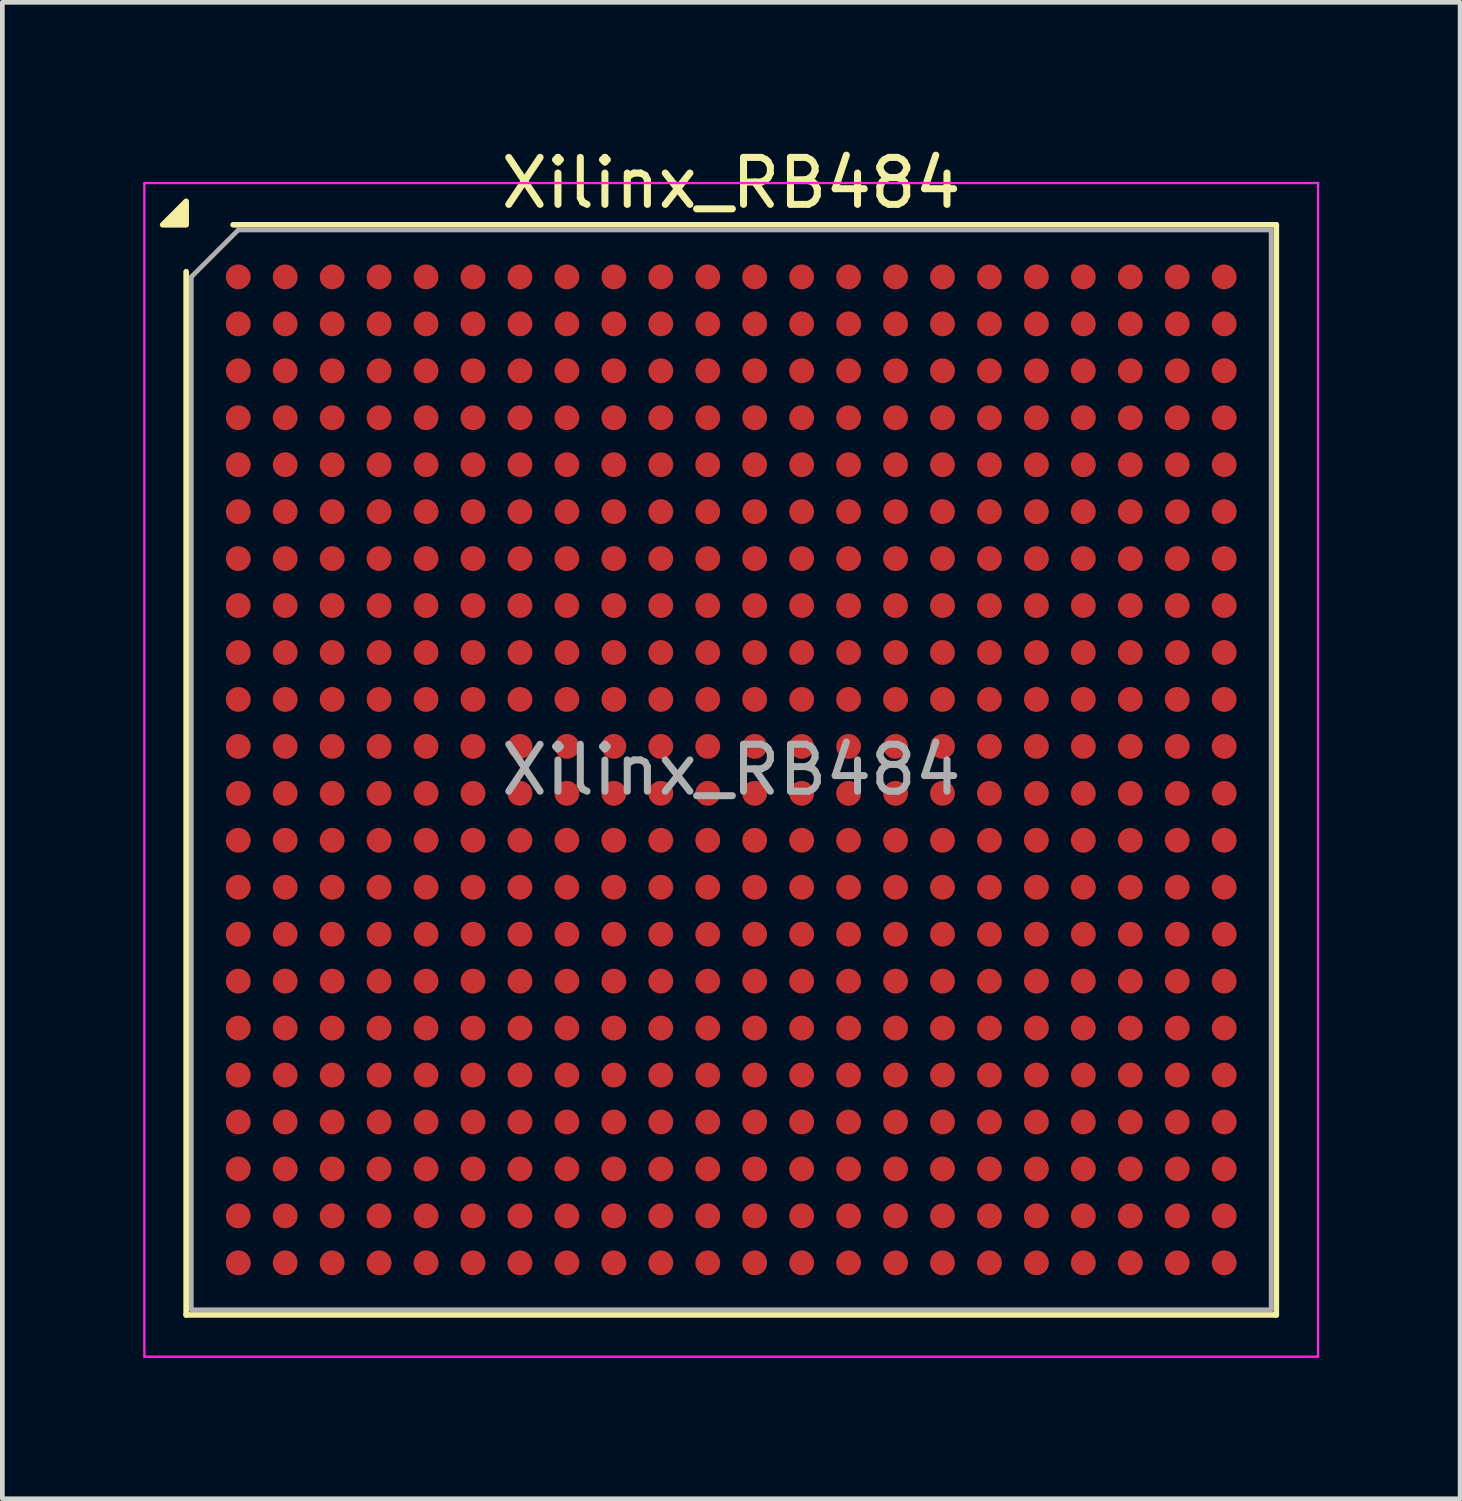
<source format=kicad_pcb>
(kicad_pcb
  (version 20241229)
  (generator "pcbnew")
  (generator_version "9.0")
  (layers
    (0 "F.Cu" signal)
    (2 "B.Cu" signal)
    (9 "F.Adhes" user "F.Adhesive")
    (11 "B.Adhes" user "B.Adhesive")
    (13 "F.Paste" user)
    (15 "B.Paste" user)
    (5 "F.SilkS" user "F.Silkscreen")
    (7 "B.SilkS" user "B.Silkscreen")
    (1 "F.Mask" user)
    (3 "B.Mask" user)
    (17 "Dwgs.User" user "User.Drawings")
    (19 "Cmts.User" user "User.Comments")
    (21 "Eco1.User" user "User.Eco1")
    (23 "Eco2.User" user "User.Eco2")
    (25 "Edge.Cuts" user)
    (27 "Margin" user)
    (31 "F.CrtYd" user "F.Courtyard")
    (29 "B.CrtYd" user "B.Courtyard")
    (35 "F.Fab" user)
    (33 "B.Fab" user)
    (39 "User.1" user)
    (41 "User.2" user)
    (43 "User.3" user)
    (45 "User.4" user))
  (footprint "Xilinx_RB484"
    (layer "F.Cu")
    (at 12.525 13.348)
    (property "Reference" "Xilinx_RB484" (at 0 -12.5 0) (layer "F.SilkS") (effects (font (size 1 1) (thickness 0.15))))
    (attr smd)
    (fp_line (start -11.61 11.61) (end -11.61 -10.61) (stroke (width 0.12) (type solid)) (layer "F.SilkS"))
    (fp_line (start -10.61 -11.61) (end 11.61 -11.61) (stroke (width 0.12) (type solid)) (layer "F.SilkS"))
    (fp_line (start 11.61 -11.61) (end 11.61 11.61) (stroke (width 0.12) (type solid)) (layer "F.SilkS"))
    (fp_line (start 11.61 11.61) (end -11.61 11.61) (stroke (width 0.12) (type solid)) (layer "F.SilkS"))
    (fp_poly (pts (xy -11.61 -11.61) (xy -12.11 -11.61) (xy -11.61 -12.11)) (stroke (width 0.12) (type solid)) (fill yes) (layer "F.SilkS"))
    (fp_line (start -12.5 -12.5) (end -12.5 12.5) (stroke (width 0.05) (type solid)) (layer "F.CrtYd"))
    (fp_line (start -12.5 12.5) (end 12.5 12.5) (stroke (width 0.05) (type solid)) (layer "F.CrtYd"))
    (fp_line (start 12.5 -12.5) (end -12.5 -12.5) (stroke (width 0.05) (type solid)) (layer "F.CrtYd"))
    (fp_line (start 12.5 12.5) (end 12.5 -12.5) (stroke (width 0.05) (type solid)) (layer "F.CrtYd"))
    (fp_line (start -11.5 -10.5) (end -10.5 -11.5) (stroke (width 0.1) (type solid)) (layer "F.Fab"))
    (fp_line (start -11.5 11.5) (end -11.5 -10.5) (stroke (width 0.1) (type solid)) (layer "F.Fab"))
    (fp_line (start -10.5 -11.5) (end 11.5 -11.5) (stroke (width 0.1) (type solid)) (layer "F.Fab"))
    (fp_line (start 11.5 -11.5) (end 11.5 11.5) (stroke (width 0.1) (type solid)) (layer "F.Fab"))
    (fp_line (start 11.5 11.5) (end -11.5 11.5) (stroke (width 0.1) (type solid)) (layer "F.Fab"))
    (fp_text user "${REFERENCE}" (at 0 0 0) (layer "F.Fab") (effects (font (size 1 1) (thickness 0.15))))
    (pad "A1" smd circle (at -10.5 -10.5) (size 0.53 0.53) (property pad_prop_bga) (layers "F.Cu" "F.Mask" "F.Paste"))
    (pad "A2" smd circle (at -9.5 -10.5) (size 0.53 0.53) (property pad_prop_bga) (layers "F.Cu" "F.Mask" "F.Paste"))
    (pad "A3" smd circle (at -8.5 -10.5) (size 0.53 0.53) (property pad_prop_bga) (layers "F.Cu" "F.Mask" "F.Paste"))
    (pad "A4" smd circle (at -7.5 -10.5) (size 0.53 0.53) (property pad_prop_bga) (layers "F.Cu" "F.Mask" "F.Paste"))
    (pad "A5" smd circle (at -6.5 -10.5) (size 0.53 0.53) (property pad_prop_bga) (layers "F.Cu" "F.Mask" "F.Paste"))
    (pad "A6" smd circle (at -5.5 -10.5) (size 0.53 0.53) (property pad_prop_bga) (layers "F.Cu" "F.Mask" "F.Paste"))
    (pad "A7" smd circle (at -4.5 -10.5) (size 0.53 0.53) (property pad_prop_bga) (layers "F.Cu" "F.Mask" "F.Paste"))
    (pad "A8" smd circle (at -3.5 -10.5) (size 0.53 0.53) (property pad_prop_bga) (layers "F.Cu" "F.Mask" "F.Paste"))
    (pad "A9" smd circle (at -2.5 -10.5) (size 0.53 0.53) (property pad_prop_bga) (layers "F.Cu" "F.Mask" "F.Paste"))
    (pad "A10" smd circle (at -1.5 -10.5) (size 0.53 0.53) (property pad_prop_bga) (layers "F.Cu" "F.Mask" "F.Paste"))
    (pad "A11" smd circle (at -0.5 -10.5) (size 0.53 0.53) (property pad_prop_bga) (layers "F.Cu" "F.Mask" "F.Paste"))
    (pad "A12" smd circle (at 0.5 -10.5) (size 0.53 0.53) (property pad_prop_bga) (layers "F.Cu" "F.Mask" "F.Paste"))
    (pad "A13" smd circle (at 1.5 -10.5) (size 0.53 0.53) (property pad_prop_bga) (layers "F.Cu" "F.Mask" "F.Paste"))
    (pad "A14" smd circle (at 2.5 -10.5) (size 0.53 0.53) (property pad_prop_bga) (layers "F.Cu" "F.Mask" "F.Paste"))
    (pad "A15" smd circle (at 3.5 -10.5) (size 0.53 0.53) (property pad_prop_bga) (layers "F.Cu" "F.Mask" "F.Paste"))
    (pad "A16" smd circle (at 4.5 -10.5) (size 0.53 0.53) (property pad_prop_bga) (layers "F.Cu" "F.Mask" "F.Paste"))
    (pad "A17" smd circle (at 5.5 -10.5) (size 0.53 0.53) (property pad_prop_bga) (layers "F.Cu" "F.Mask" "F.Paste"))
    (pad "A18" smd circle (at 6.5 -10.5) (size 0.53 0.53) (property pad_prop_bga) (layers "F.Cu" "F.Mask" "F.Paste"))
    (pad "A19" smd circle (at 7.5 -10.5) (size 0.53 0.53) (property pad_prop_bga) (layers "F.Cu" "F.Mask" "F.Paste"))
    (pad "A20" smd circle (at 8.5 -10.5) (size 0.53 0.53) (property pad_prop_bga) (layers "F.Cu" "F.Mask" "F.Paste"))
    (pad "A21" smd circle (at 9.5 -10.5) (size 0.53 0.53) (property pad_prop_bga) (layers "F.Cu" "F.Mask" "F.Paste"))
    (pad "A22" smd circle (at 10.5 -10.5) (size 0.53 0.53) (property pad_prop_bga) (layers "F.Cu" "F.Mask" "F.Paste"))
    (pad "AA1" smd circle (at -10.5 9.5) (size 0.53 0.53) (property pad_prop_bga) (layers "F.Cu" "F.Mask" "F.Paste"))
    (pad "AA2" smd circle (at -9.5 9.5) (size 0.53 0.53) (property pad_prop_bga) (layers "F.Cu" "F.Mask" "F.Paste"))
    (pad "AA3" smd circle (at -8.5 9.5) (size 0.53 0.53) (property pad_prop_bga) (layers "F.Cu" "F.Mask" "F.Paste"))
    (pad "AA4" smd circle (at -7.5 9.5) (size 0.53 0.53) (property pad_prop_bga) (layers "F.Cu" "F.Mask" "F.Paste"))
    (pad "AA5" smd circle (at -6.5 9.5) (size 0.53 0.53) (property pad_prop_bga) (layers "F.Cu" "F.Mask" "F.Paste"))
    (pad "AA6" smd circle (at -5.5 9.5) (size 0.53 0.53) (property pad_prop_bga) (layers "F.Cu" "F.Mask" "F.Paste"))
    (pad "AA7" smd circle (at -4.5 9.5) (size 0.53 0.53) (property pad_prop_bga) (layers "F.Cu" "F.Mask" "F.Paste"))
    (pad "AA8" smd circle (at -3.5 9.5) (size 0.53 0.53) (property pad_prop_bga) (layers "F.Cu" "F.Mask" "F.Paste"))
    (pad "AA9" smd circle (at -2.5 9.5) (size 0.53 0.53) (property pad_prop_bga) (layers "F.Cu" "F.Mask" "F.Paste"))
    (pad "AA10" smd circle (at -1.5 9.5) (size 0.53 0.53) (property pad_prop_bga) (layers "F.Cu" "F.Mask" "F.Paste"))
    (pad "AA11" smd circle (at -0.5 9.5) (size 0.53 0.53) (property pad_prop_bga) (layers "F.Cu" "F.Mask" "F.Paste"))
    (pad "AA12" smd circle (at 0.5 9.5) (size 0.53 0.53) (property pad_prop_bga) (layers "F.Cu" "F.Mask" "F.Paste"))
    (pad "AA13" smd circle (at 1.5 9.5) (size 0.53 0.53) (property pad_prop_bga) (layers "F.Cu" "F.Mask" "F.Paste"))
    (pad "AA14" smd circle (at 2.5 9.5) (size 0.53 0.53) (property pad_prop_bga) (layers "F.Cu" "F.Mask" "F.Paste"))
    (pad "AA15" smd circle (at 3.5 9.5) (size 0.53 0.53) (property pad_prop_bga) (layers "F.Cu" "F.Mask" "F.Paste"))
    (pad "AA16" smd circle (at 4.5 9.5) (size 0.53 0.53) (property pad_prop_bga) (layers "F.Cu" "F.Mask" "F.Paste"))
    (pad "AA17" smd circle (at 5.5 9.5) (size 0.53 0.53) (property pad_prop_bga) (layers "F.Cu" "F.Mask" "F.Paste"))
    (pad "AA18" smd circle (at 6.5 9.5) (size 0.53 0.53) (property pad_prop_bga) (layers "F.Cu" "F.Mask" "F.Paste"))
    (pad "AA19" smd circle (at 7.5 9.5) (size 0.53 0.53) (property pad_prop_bga) (layers "F.Cu" "F.Mask" "F.Paste"))
    (pad "AA20" smd circle (at 8.5 9.5) (size 0.53 0.53) (property pad_prop_bga) (layers "F.Cu" "F.Mask" "F.Paste"))
    (pad "AA21" smd circle (at 9.5 9.5) (size 0.53 0.53) (property pad_prop_bga) (layers "F.Cu" "F.Mask" "F.Paste"))
    (pad "AA22" smd circle (at 10.5 9.5) (size 0.53 0.53) (property pad_prop_bga) (layers "F.Cu" "F.Mask" "F.Paste"))
    (pad "AB1" smd circle (at -10.5 10.5) (size 0.53 0.53) (property pad_prop_bga) (layers "F.Cu" "F.Mask" "F.Paste"))
    (pad "AB2" smd circle (at -9.5 10.5) (size 0.53 0.53) (property pad_prop_bga) (layers "F.Cu" "F.Mask" "F.Paste"))
    (pad "AB3" smd circle (at -8.5 10.5) (size 0.53 0.53) (property pad_prop_bga) (layers "F.Cu" "F.Mask" "F.Paste"))
    (pad "AB4" smd circle (at -7.5 10.5) (size 0.53 0.53) (property pad_prop_bga) (layers "F.Cu" "F.Mask" "F.Paste"))
    (pad "AB5" smd circle (at -6.5 10.5) (size 0.53 0.53) (property pad_prop_bga) (layers "F.Cu" "F.Mask" "F.Paste"))
    (pad "AB6" smd circle (at -5.5 10.5) (size 0.53 0.53) (property pad_prop_bga) (layers "F.Cu" "F.Mask" "F.Paste"))
    (pad "AB7" smd circle (at -4.5 10.5) (size 0.53 0.53) (property pad_prop_bga) (layers "F.Cu" "F.Mask" "F.Paste"))
    (pad "AB8" smd circle (at -3.5 10.5) (size 0.53 0.53) (property pad_prop_bga) (layers "F.Cu" "F.Mask" "F.Paste"))
    (pad "AB9" smd circle (at -2.5 10.5) (size 0.53 0.53) (property pad_prop_bga) (layers "F.Cu" "F.Mask" "F.Paste"))
    (pad "AB10" smd circle (at -1.5 10.5) (size 0.53 0.53) (property pad_prop_bga) (layers "F.Cu" "F.Mask" "F.Paste"))
    (pad "AB11" smd circle (at -0.5 10.5) (size 0.53 0.53) (property pad_prop_bga) (layers "F.Cu" "F.Mask" "F.Paste"))
    (pad "AB12" smd circle (at 0.5 10.5) (size 0.53 0.53) (property pad_prop_bga) (layers "F.Cu" "F.Mask" "F.Paste"))
    (pad "AB13" smd circle (at 1.5 10.5) (size 0.53 0.53) (property pad_prop_bga) (layers "F.Cu" "F.Mask" "F.Paste"))
    (pad "AB14" smd circle (at 2.5 10.5) (size 0.53 0.53) (property pad_prop_bga) (layers "F.Cu" "F.Mask" "F.Paste"))
    (pad "AB15" smd circle (at 3.5 10.5) (size 0.53 0.53) (property pad_prop_bga) (layers "F.Cu" "F.Mask" "F.Paste"))
    (pad "AB16" smd circle (at 4.5 10.5) (size 0.53 0.53) (property pad_prop_bga) (layers "F.Cu" "F.Mask" "F.Paste"))
    (pad "AB17" smd circle (at 5.5 10.5) (size 0.53 0.53) (property pad_prop_bga) (layers "F.Cu" "F.Mask" "F.Paste"))
    (pad "AB18" smd circle (at 6.5 10.5) (size 0.53 0.53) (property pad_prop_bga) (layers "F.Cu" "F.Mask" "F.Paste"))
    (pad "AB19" smd circle (at 7.5 10.5) (size 0.53 0.53) (property pad_prop_bga) (layers "F.Cu" "F.Mask" "F.Paste"))
    (pad "AB20" smd circle (at 8.5 10.5) (size 0.53 0.53) (property pad_prop_bga) (layers "F.Cu" "F.Mask" "F.Paste"))
    (pad "AB21" smd circle (at 9.5 10.5) (size 0.53 0.53) (property pad_prop_bga) (layers "F.Cu" "F.Mask" "F.Paste"))
    (pad "AB22" smd circle (at 10.5 10.5) (size 0.53 0.53) (property pad_prop_bga) (layers "F.Cu" "F.Mask" "F.Paste"))
    (pad "B1" smd circle (at -10.5 -9.5) (size 0.53 0.53) (property pad_prop_bga) (layers "F.Cu" "F.Mask" "F.Paste"))
    (pad "B2" smd circle (at -9.5 -9.5) (size 0.53 0.53) (property pad_prop_bga) (layers "F.Cu" "F.Mask" "F.Paste"))
    (pad "B3" smd circle (at -8.5 -9.5) (size 0.53 0.53) (property pad_prop_bga) (layers "F.Cu" "F.Mask" "F.Paste"))
    (pad "B4" smd circle (at -7.5 -9.5) (size 0.53 0.53) (property pad_prop_bga) (layers "F.Cu" "F.Mask" "F.Paste"))
    (pad "B5" smd circle (at -6.5 -9.5) (size 0.53 0.53) (property pad_prop_bga) (layers "F.Cu" "F.Mask" "F.Paste"))
    (pad "B6" smd circle (at -5.5 -9.5) (size 0.53 0.53) (property pad_prop_bga) (layers "F.Cu" "F.Mask" "F.Paste"))
    (pad "B7" smd circle (at -4.5 -9.5) (size 0.53 0.53) (property pad_prop_bga) (layers "F.Cu" "F.Mask" "F.Paste"))
    (pad "B8" smd circle (at -3.5 -9.5) (size 0.53 0.53) (property pad_prop_bga) (layers "F.Cu" "F.Mask" "F.Paste"))
    (pad "B9" smd circle (at -2.5 -9.5) (size 0.53 0.53) (property pad_prop_bga) (layers "F.Cu" "F.Mask" "F.Paste"))
    (pad "B10" smd circle (at -1.5 -9.5) (size 0.53 0.53) (property pad_prop_bga) (layers "F.Cu" "F.Mask" "F.Paste"))
    (pad "B11" smd circle (at -0.5 -9.5) (size 0.53 0.53) (property pad_prop_bga) (layers "F.Cu" "F.Mask" "F.Paste"))
    (pad "B12" smd circle (at 0.5 -9.5) (size 0.53 0.53) (property pad_prop_bga) (layers "F.Cu" "F.Mask" "F.Paste"))
    (pad "B13" smd circle (at 1.5 -9.5) (size 0.53 0.53) (property pad_prop_bga) (layers "F.Cu" "F.Mask" "F.Paste"))
    (pad "B14" smd circle (at 2.5 -9.5) (size 0.53 0.53) (property pad_prop_bga) (layers "F.Cu" "F.Mask" "F.Paste"))
    (pad "B15" smd circle (at 3.5 -9.5) (size 0.53 0.53) (property pad_prop_bga) (layers "F.Cu" "F.Mask" "F.Paste"))
    (pad "B16" smd circle (at 4.5 -9.5) (size 0.53 0.53) (property pad_prop_bga) (layers "F.Cu" "F.Mask" "F.Paste"))
    (pad "B17" smd circle (at 5.5 -9.5) (size 0.53 0.53) (property pad_prop_bga) (layers "F.Cu" "F.Mask" "F.Paste"))
    (pad "B18" smd circle (at 6.5 -9.5) (size 0.53 0.53) (property pad_prop_bga) (layers "F.Cu" "F.Mask" "F.Paste"))
    (pad "B19" smd circle (at 7.5 -9.5) (size 0.53 0.53) (property pad_prop_bga) (layers "F.Cu" "F.Mask" "F.Paste"))
    (pad "B20" smd circle (at 8.5 -9.5) (size 0.53 0.53) (property pad_prop_bga) (layers "F.Cu" "F.Mask" "F.Paste"))
    (pad "B21" smd circle (at 9.5 -9.5) (size 0.53 0.53) (property pad_prop_bga) (layers "F.Cu" "F.Mask" "F.Paste"))
    (pad "B22" smd circle (at 10.5 -9.5) (size 0.53 0.53) (property pad_prop_bga) (layers "F.Cu" "F.Mask" "F.Paste"))
    (pad "C1" smd circle (at -10.5 -8.5) (size 0.53 0.53) (property pad_prop_bga) (layers "F.Cu" "F.Mask" "F.Paste"))
    (pad "C2" smd circle (at -9.5 -8.5) (size 0.53 0.53) (property pad_prop_bga) (layers "F.Cu" "F.Mask" "F.Paste"))
    (pad "C3" smd circle (at -8.5 -8.5) (size 0.53 0.53) (property pad_prop_bga) (layers "F.Cu" "F.Mask" "F.Paste"))
    (pad "C4" smd circle (at -7.5 -8.5) (size 0.53 0.53) (property pad_prop_bga) (layers "F.Cu" "F.Mask" "F.Paste"))
    (pad "C5" smd circle (at -6.5 -8.5) (size 0.53 0.53) (property pad_prop_bga) (layers "F.Cu" "F.Mask" "F.Paste"))
    (pad "C6" smd circle (at -5.5 -8.5) (size 0.53 0.53) (property pad_prop_bga) (layers "F.Cu" "F.Mask" "F.Paste"))
    (pad "C7" smd circle (at -4.5 -8.5) (size 0.53 0.53) (property pad_prop_bga) (layers "F.Cu" "F.Mask" "F.Paste"))
    (pad "C8" smd circle (at -3.5 -8.5) (size 0.53 0.53) (property pad_prop_bga) (layers "F.Cu" "F.Mask" "F.Paste"))
    (pad "C9" smd circle (at -2.5 -8.5) (size 0.53 0.53) (property pad_prop_bga) (layers "F.Cu" "F.Mask" "F.Paste"))
    (pad "C10" smd circle (at -1.5 -8.5) (size 0.53 0.53) (property pad_prop_bga) (layers "F.Cu" "F.Mask" "F.Paste"))
    (pad "C11" smd circle (at -0.5 -8.5) (size 0.53 0.53) (property pad_prop_bga) (layers "F.Cu" "F.Mask" "F.Paste"))
    (pad "C12" smd circle (at 0.5 -8.5) (size 0.53 0.53) (property pad_prop_bga) (layers "F.Cu" "F.Mask" "F.Paste"))
    (pad "C13" smd circle (at 1.5 -8.5) (size 0.53 0.53) (property pad_prop_bga) (layers "F.Cu" "F.Mask" "F.Paste"))
    (pad "C14" smd circle (at 2.5 -8.5) (size 0.53 0.53) (property pad_prop_bga) (layers "F.Cu" "F.Mask" "F.Paste"))
    (pad "C15" smd circle (at 3.5 -8.5) (size 0.53 0.53) (property pad_prop_bga) (layers "F.Cu" "F.Mask" "F.Paste"))
    (pad "C16" smd circle (at 4.5 -8.5) (size 0.53 0.53) (property pad_prop_bga) (layers "F.Cu" "F.Mask" "F.Paste"))
    (pad "C17" smd circle (at 5.5 -8.5) (size 0.53 0.53) (property pad_prop_bga) (layers "F.Cu" "F.Mask" "F.Paste"))
    (pad "C18" smd circle (at 6.5 -8.5) (size 0.53 0.53) (property pad_prop_bga) (layers "F.Cu" "F.Mask" "F.Paste"))
    (pad "C19" smd circle (at 7.5 -8.5) (size 0.53 0.53) (property pad_prop_bga) (layers "F.Cu" "F.Mask" "F.Paste"))
    (pad "C20" smd circle (at 8.5 -8.5) (size 0.53 0.53) (property pad_prop_bga) (layers "F.Cu" "F.Mask" "F.Paste"))
    (pad "C21" smd circle (at 9.5 -8.5) (size 0.53 0.53) (property pad_prop_bga) (layers "F.Cu" "F.Mask" "F.Paste"))
    (pad "C22" smd circle (at 10.5 -8.5) (size 0.53 0.53) (property pad_prop_bga) (layers "F.Cu" "F.Mask" "F.Paste"))
    (pad "D1" smd circle (at -10.5 -7.5) (size 0.53 0.53) (property pad_prop_bga) (layers "F.Cu" "F.Mask" "F.Paste"))
    (pad "D2" smd circle (at -9.5 -7.5) (size 0.53 0.53) (property pad_prop_bga) (layers "F.Cu" "F.Mask" "F.Paste"))
    (pad "D3" smd circle (at -8.5 -7.5) (size 0.53 0.53) (property pad_prop_bga) (layers "F.Cu" "F.Mask" "F.Paste"))
    (pad "D4" smd circle (at -7.5 -7.5) (size 0.53 0.53) (property pad_prop_bga) (layers "F.Cu" "F.Mask" "F.Paste"))
    (pad "D5" smd circle (at -6.5 -7.5) (size 0.53 0.53) (property pad_prop_bga) (layers "F.Cu" "F.Mask" "F.Paste"))
    (pad "D6" smd circle (at -5.5 -7.5) (size 0.53 0.53) (property pad_prop_bga) (layers "F.Cu" "F.Mask" "F.Paste"))
    (pad "D7" smd circle (at -4.5 -7.5) (size 0.53 0.53) (property pad_prop_bga) (layers "F.Cu" "F.Mask" "F.Paste"))
    (pad "D8" smd circle (at -3.5 -7.5) (size 0.53 0.53) (property pad_prop_bga) (layers "F.Cu" "F.Mask" "F.Paste"))
    (pad "D9" smd circle (at -2.5 -7.5) (size 0.53 0.53) (property pad_prop_bga) (layers "F.Cu" "F.Mask" "F.Paste"))
    (pad "D10" smd circle (at -1.5 -7.5) (size 0.53 0.53) (property pad_prop_bga) (layers "F.Cu" "F.Mask" "F.Paste"))
    (pad "D11" smd circle (at -0.5 -7.5) (size 0.53 0.53) (property pad_prop_bga) (layers "F.Cu" "F.Mask" "F.Paste"))
    (pad "D12" smd circle (at 0.5 -7.5) (size 0.53 0.53) (property pad_prop_bga) (layers "F.Cu" "F.Mask" "F.Paste"))
    (pad "D13" smd circle (at 1.5 -7.5) (size 0.53 0.53) (property pad_prop_bga) (layers "F.Cu" "F.Mask" "F.Paste"))
    (pad "D14" smd circle (at 2.5 -7.5) (size 0.53 0.53) (property pad_prop_bga) (layers "F.Cu" "F.Mask" "F.Paste"))
    (pad "D15" smd circle (at 3.5 -7.5) (size 0.53 0.53) (property pad_prop_bga) (layers "F.Cu" "F.Mask" "F.Paste"))
    (pad "D16" smd circle (at 4.5 -7.5) (size 0.53 0.53) (property pad_prop_bga) (layers "F.Cu" "F.Mask" "F.Paste"))
    (pad "D17" smd circle (at 5.5 -7.5) (size 0.53 0.53) (property pad_prop_bga) (layers "F.Cu" "F.Mask" "F.Paste"))
    (pad "D18" smd circle (at 6.5 -7.5) (size 0.53 0.53) (property pad_prop_bga) (layers "F.Cu" "F.Mask" "F.Paste"))
    (pad "D19" smd circle (at 7.5 -7.5) (size 0.53 0.53) (property pad_prop_bga) (layers "F.Cu" "F.Mask" "F.Paste"))
    (pad "D20" smd circle (at 8.5 -7.5) (size 0.53 0.53) (property pad_prop_bga) (layers "F.Cu" "F.Mask" "F.Paste"))
    (pad "D21" smd circle (at 9.5 -7.5) (size 0.53 0.53) (property pad_prop_bga) (layers "F.Cu" "F.Mask" "F.Paste"))
    (pad "D22" smd circle (at 10.5 -7.5) (size 0.53 0.53) (property pad_prop_bga) (layers "F.Cu" "F.Mask" "F.Paste"))
    (pad "E1" smd circle (at -10.5 -6.5) (size 0.53 0.53) (property pad_prop_bga) (layers "F.Cu" "F.Mask" "F.Paste"))
    (pad "E2" smd circle (at -9.5 -6.5) (size 0.53 0.53) (property pad_prop_bga) (layers "F.Cu" "F.Mask" "F.Paste"))
    (pad "E3" smd circle (at -8.5 -6.5) (size 0.53 0.53) (property pad_prop_bga) (layers "F.Cu" "F.Mask" "F.Paste"))
    (pad "E4" smd circle (at -7.5 -6.5) (size 0.53 0.53) (property pad_prop_bga) (layers "F.Cu" "F.Mask" "F.Paste"))
    (pad "E5" smd circle (at -6.5 -6.5) (size 0.53 0.53) (property pad_prop_bga) (layers "F.Cu" "F.Mask" "F.Paste"))
    (pad "E6" smd circle (at -5.5 -6.5) (size 0.53 0.53) (property pad_prop_bga) (layers "F.Cu" "F.Mask" "F.Paste"))
    (pad "E7" smd circle (at -4.5 -6.5) (size 0.53 0.53) (property pad_prop_bga) (layers "F.Cu" "F.Mask" "F.Paste"))
    (pad "E8" smd circle (at -3.5 -6.5) (size 0.53 0.53) (property pad_prop_bga) (layers "F.Cu" "F.Mask" "F.Paste"))
    (pad "E9" smd circle (at -2.5 -6.5) (size 0.53 0.53) (property pad_prop_bga) (layers "F.Cu" "F.Mask" "F.Paste"))
    (pad "E10" smd circle (at -1.5 -6.5) (size 0.53 0.53) (property pad_prop_bga) (layers "F.Cu" "F.Mask" "F.Paste"))
    (pad "E11" smd circle (at -0.5 -6.5) (size 0.53 0.53) (property pad_prop_bga) (layers "F.Cu" "F.Mask" "F.Paste"))
    (pad "E12" smd circle (at 0.5 -6.5) (size 0.53 0.53) (property pad_prop_bga) (layers "F.Cu" "F.Mask" "F.Paste"))
    (pad "E13" smd circle (at 1.5 -6.5) (size 0.53 0.53) (property pad_prop_bga) (layers "F.Cu" "F.Mask" "F.Paste"))
    (pad "E14" smd circle (at 2.5 -6.5) (size 0.53 0.53) (property pad_prop_bga) (layers "F.Cu" "F.Mask" "F.Paste"))
    (pad "E15" smd circle (at 3.5 -6.5) (size 0.53 0.53) (property pad_prop_bga) (layers "F.Cu" "F.Mask" "F.Paste"))
    (pad "E16" smd circle (at 4.5 -6.5) (size 0.53 0.53) (property pad_prop_bga) (layers "F.Cu" "F.Mask" "F.Paste"))
    (pad "E17" smd circle (at 5.5 -6.5) (size 0.53 0.53) (property pad_prop_bga) (layers "F.Cu" "F.Mask" "F.Paste"))
    (pad "E18" smd circle (at 6.5 -6.5) (size 0.53 0.53) (property pad_prop_bga) (layers "F.Cu" "F.Mask" "F.Paste"))
    (pad "E19" smd circle (at 7.5 -6.5) (size 0.53 0.53) (property pad_prop_bga) (layers "F.Cu" "F.Mask" "F.Paste"))
    (pad "E20" smd circle (at 8.5 -6.5) (size 0.53 0.53) (property pad_prop_bga) (layers "F.Cu" "F.Mask" "F.Paste"))
    (pad "E21" smd circle (at 9.5 -6.5) (size 0.53 0.53) (property pad_prop_bga) (layers "F.Cu" "F.Mask" "F.Paste"))
    (pad "E22" smd circle (at 10.5 -6.5) (size 0.53 0.53) (property pad_prop_bga) (layers "F.Cu" "F.Mask" "F.Paste"))
    (pad "F1" smd circle (at -10.5 -5.5) (size 0.53 0.53) (property pad_prop_bga) (layers "F.Cu" "F.Mask" "F.Paste"))
    (pad "F2" smd circle (at -9.5 -5.5) (size 0.53 0.53) (property pad_prop_bga) (layers "F.Cu" "F.Mask" "F.Paste"))
    (pad "F3" smd circle (at -8.5 -5.5) (size 0.53 0.53) (property pad_prop_bga) (layers "F.Cu" "F.Mask" "F.Paste"))
    (pad "F4" smd circle (at -7.5 -5.5) (size 0.53 0.53) (property pad_prop_bga) (layers "F.Cu" "F.Mask" "F.Paste"))
    (pad "F5" smd circle (at -6.5 -5.5) (size 0.53 0.53) (property pad_prop_bga) (layers "F.Cu" "F.Mask" "F.Paste"))
    (pad "F6" smd circle (at -5.5 -5.5) (size 0.53 0.53) (property pad_prop_bga) (layers "F.Cu" "F.Mask" "F.Paste"))
    (pad "F7" smd circle (at -4.5 -5.5) (size 0.53 0.53) (property pad_prop_bga) (layers "F.Cu" "F.Mask" "F.Paste"))
    (pad "F8" smd circle (at -3.5 -5.5) (size 0.53 0.53) (property pad_prop_bga) (layers "F.Cu" "F.Mask" "F.Paste"))
    (pad "F9" smd circle (at -2.5 -5.5) (size 0.53 0.53) (property pad_prop_bga) (layers "F.Cu" "F.Mask" "F.Paste"))
    (pad "F10" smd circle (at -1.5 -5.5) (size 0.53 0.53) (property pad_prop_bga) (layers "F.Cu" "F.Mask" "F.Paste"))
    (pad "F11" smd circle (at -0.5 -5.5) (size 0.53 0.53) (property pad_prop_bga) (layers "F.Cu" "F.Mask" "F.Paste"))
    (pad "F12" smd circle (at 0.5 -5.5) (size 0.53 0.53) (property pad_prop_bga) (layers "F.Cu" "F.Mask" "F.Paste"))
    (pad "F13" smd circle (at 1.5 -5.5) (size 0.53 0.53) (property pad_prop_bga) (layers "F.Cu" "F.Mask" "F.Paste"))
    (pad "F14" smd circle (at 2.5 -5.5) (size 0.53 0.53) (property pad_prop_bga) (layers "F.Cu" "F.Mask" "F.Paste"))
    (pad "F15" smd circle (at 3.5 -5.5) (size 0.53 0.53) (property pad_prop_bga) (layers "F.Cu" "F.Mask" "F.Paste"))
    (pad "F16" smd circle (at 4.5 -5.5) (size 0.53 0.53) (property pad_prop_bga) (layers "F.Cu" "F.Mask" "F.Paste"))
    (pad "F17" smd circle (at 5.5 -5.5) (size 0.53 0.53) (property pad_prop_bga) (layers "F.Cu" "F.Mask" "F.Paste"))
    (pad "F18" smd circle (at 6.5 -5.5) (size 0.53 0.53) (property pad_prop_bga) (layers "F.Cu" "F.Mask" "F.Paste"))
    (pad "F19" smd circle (at 7.5 -5.5) (size 0.53 0.53) (property pad_prop_bga) (layers "F.Cu" "F.Mask" "F.Paste"))
    (pad "F20" smd circle (at 8.5 -5.5) (size 0.53 0.53) (property pad_prop_bga) (layers "F.Cu" "F.Mask" "F.Paste"))
    (pad "F21" smd circle (at 9.5 -5.5) (size 0.53 0.53) (property pad_prop_bga) (layers "F.Cu" "F.Mask" "F.Paste"))
    (pad "F22" smd circle (at 10.5 -5.5) (size 0.53 0.53) (property pad_prop_bga) (layers "F.Cu" "F.Mask" "F.Paste"))
    (pad "G1" smd circle (at -10.5 -4.5) (size 0.53 0.53) (property pad_prop_bga) (layers "F.Cu" "F.Mask" "F.Paste"))
    (pad "G2" smd circle (at -9.5 -4.5) (size 0.53 0.53) (property pad_prop_bga) (layers "F.Cu" "F.Mask" "F.Paste"))
    (pad "G3" smd circle (at -8.5 -4.5) (size 0.53 0.53) (property pad_prop_bga) (layers "F.Cu" "F.Mask" "F.Paste"))
    (pad "G4" smd circle (at -7.5 -4.5) (size 0.53 0.53) (property pad_prop_bga) (layers "F.Cu" "F.Mask" "F.Paste"))
    (pad "G5" smd circle (at -6.5 -4.5) (size 0.53 0.53) (property pad_prop_bga) (layers "F.Cu" "F.Mask" "F.Paste"))
    (pad "G6" smd circle (at -5.5 -4.5) (size 0.53 0.53) (property pad_prop_bga) (layers "F.Cu" "F.Mask" "F.Paste"))
    (pad "G7" smd circle (at -4.5 -4.5) (size 0.53 0.53) (property pad_prop_bga) (layers "F.Cu" "F.Mask" "F.Paste"))
    (pad "G8" smd circle (at -3.5 -4.5) (size 0.53 0.53) (property pad_prop_bga) (layers "F.Cu" "F.Mask" "F.Paste"))
    (pad "G9" smd circle (at -2.5 -4.5) (size 0.53 0.53) (property pad_prop_bga) (layers "F.Cu" "F.Mask" "F.Paste"))
    (pad "G10" smd circle (at -1.5 -4.5) (size 0.53 0.53) (property pad_prop_bga) (layers "F.Cu" "F.Mask" "F.Paste"))
    (pad "G11" smd circle (at -0.5 -4.5) (size 0.53 0.53) (property pad_prop_bga) (layers "F.Cu" "F.Mask" "F.Paste"))
    (pad "G12" smd circle (at 0.5 -4.5) (size 0.53 0.53) (property pad_prop_bga) (layers "F.Cu" "F.Mask" "F.Paste"))
    (pad "G13" smd circle (at 1.5 -4.5) (size 0.53 0.53) (property pad_prop_bga) (layers "F.Cu" "F.Mask" "F.Paste"))
    (pad "G14" smd circle (at 2.5 -4.5) (size 0.53 0.53) (property pad_prop_bga) (layers "F.Cu" "F.Mask" "F.Paste"))
    (pad "G15" smd circle (at 3.5 -4.5) (size 0.53 0.53) (property pad_prop_bga) (layers "F.Cu" "F.Mask" "F.Paste"))
    (pad "G16" smd circle (at 4.5 -4.5) (size 0.53 0.53) (property pad_prop_bga) (layers "F.Cu" "F.Mask" "F.Paste"))
    (pad "G17" smd circle (at 5.5 -4.5) (size 0.53 0.53) (property pad_prop_bga) (layers "F.Cu" "F.Mask" "F.Paste"))
    (pad "G18" smd circle (at 6.5 -4.5) (size 0.53 0.53) (property pad_prop_bga) (layers "F.Cu" "F.Mask" "F.Paste"))
    (pad "G19" smd circle (at 7.5 -4.5) (size 0.53 0.53) (property pad_prop_bga) (layers "F.Cu" "F.Mask" "F.Paste"))
    (pad "G20" smd circle (at 8.5 -4.5) (size 0.53 0.53) (property pad_prop_bga) (layers "F.Cu" "F.Mask" "F.Paste"))
    (pad "G21" smd circle (at 9.5 -4.5) (size 0.53 0.53) (property pad_prop_bga) (layers "F.Cu" "F.Mask" "F.Paste"))
    (pad "G22" smd circle (at 10.5 -4.5) (size 0.53 0.53) (property pad_prop_bga) (layers "F.Cu" "F.Mask" "F.Paste"))
    (pad "H1" smd circle (at -10.5 -3.5) (size 0.53 0.53) (property pad_prop_bga) (layers "F.Cu" "F.Mask" "F.Paste"))
    (pad "H2" smd circle (at -9.5 -3.5) (size 0.53 0.53) (property pad_prop_bga) (layers "F.Cu" "F.Mask" "F.Paste"))
    (pad "H3" smd circle (at -8.5 -3.5) (size 0.53 0.53) (property pad_prop_bga) (layers "F.Cu" "F.Mask" "F.Paste"))
    (pad "H4" smd circle (at -7.5 -3.5) (size 0.53 0.53) (property pad_prop_bga) (layers "F.Cu" "F.Mask" "F.Paste"))
    (pad "H5" smd circle (at -6.5 -3.5) (size 0.53 0.53) (property pad_prop_bga) (layers "F.Cu" "F.Mask" "F.Paste"))
    (pad "H6" smd circle (at -5.5 -3.5) (size 0.53 0.53) (property pad_prop_bga) (layers "F.Cu" "F.Mask" "F.Paste"))
    (pad "H7" smd circle (at -4.5 -3.5) (size 0.53 0.53) (property pad_prop_bga) (layers "F.Cu" "F.Mask" "F.Paste"))
    (pad "H8" smd circle (at -3.5 -3.5) (size 0.53 0.53) (property pad_prop_bga) (layers "F.Cu" "F.Mask" "F.Paste"))
    (pad "H9" smd circle (at -2.5 -3.5) (size 0.53 0.53) (property pad_prop_bga) (layers "F.Cu" "F.Mask" "F.Paste"))
    (pad "H10" smd circle (at -1.5 -3.5) (size 0.53 0.53) (property pad_prop_bga) (layers "F.Cu" "F.Mask" "F.Paste"))
    (pad "H11" smd circle (at -0.5 -3.5) (size 0.53 0.53) (property pad_prop_bga) (layers "F.Cu" "F.Mask" "F.Paste"))
    (pad "H12" smd circle (at 0.5 -3.5) (size 0.53 0.53) (property pad_prop_bga) (layers "F.Cu" "F.Mask" "F.Paste"))
    (pad "H13" smd circle (at 1.5 -3.5) (size 0.53 0.53) (property pad_prop_bga) (layers "F.Cu" "F.Mask" "F.Paste"))
    (pad "H14" smd circle (at 2.5 -3.5) (size 0.53 0.53) (property pad_prop_bga) (layers "F.Cu" "F.Mask" "F.Paste"))
    (pad "H15" smd circle (at 3.5 -3.5) (size 0.53 0.53) (property pad_prop_bga) (layers "F.Cu" "F.Mask" "F.Paste"))
    (pad "H16" smd circle (at 4.5 -3.5) (size 0.53 0.53) (property pad_prop_bga) (layers "F.Cu" "F.Mask" "F.Paste"))
    (pad "H17" smd circle (at 5.5 -3.5) (size 0.53 0.53) (property pad_prop_bga) (layers "F.Cu" "F.Mask" "F.Paste"))
    (pad "H18" smd circle (at 6.5 -3.5) (size 0.53 0.53) (property pad_prop_bga) (layers "F.Cu" "F.Mask" "F.Paste"))
    (pad "H19" smd circle (at 7.5 -3.5) (size 0.53 0.53) (property pad_prop_bga) (layers "F.Cu" "F.Mask" "F.Paste"))
    (pad "H20" smd circle (at 8.5 -3.5) (size 0.53 0.53) (property pad_prop_bga) (layers "F.Cu" "F.Mask" "F.Paste"))
    (pad "H21" smd circle (at 9.5 -3.5) (size 0.53 0.53) (property pad_prop_bga) (layers "F.Cu" "F.Mask" "F.Paste"))
    (pad "H22" smd circle (at 10.5 -3.5) (size 0.53 0.53) (property pad_prop_bga) (layers "F.Cu" "F.Mask" "F.Paste"))
    (pad "J1" smd circle (at -10.5 -2.5) (size 0.53 0.53) (property pad_prop_bga) (layers "F.Cu" "F.Mask" "F.Paste"))
    (pad "J2" smd circle (at -9.5 -2.5) (size 0.53 0.53) (property pad_prop_bga) (layers "F.Cu" "F.Mask" "F.Paste"))
    (pad "J3" smd circle (at -8.5 -2.5) (size 0.53 0.53) (property pad_prop_bga) (layers "F.Cu" "F.Mask" "F.Paste"))
    (pad "J4" smd circle (at -7.5 -2.5) (size 0.53 0.53) (property pad_prop_bga) (layers "F.Cu" "F.Mask" "F.Paste"))
    (pad "J5" smd circle (at -6.5 -2.5) (size 0.53 0.53) (property pad_prop_bga) (layers "F.Cu" "F.Mask" "F.Paste"))
    (pad "J6" smd circle (at -5.5 -2.5) (size 0.53 0.53) (property pad_prop_bga) (layers "F.Cu" "F.Mask" "F.Paste"))
    (pad "J7" smd circle (at -4.5 -2.5) (size 0.53 0.53) (property pad_prop_bga) (layers "F.Cu" "F.Mask" "F.Paste"))
    (pad "J8" smd circle (at -3.5 -2.5) (size 0.53 0.53) (property pad_prop_bga) (layers "F.Cu" "F.Mask" "F.Paste"))
    (pad "J9" smd circle (at -2.5 -2.5) (size 0.53 0.53) (property pad_prop_bga) (layers "F.Cu" "F.Mask" "F.Paste"))
    (pad "J10" smd circle (at -1.5 -2.5) (size 0.53 0.53) (property pad_prop_bga) (layers "F.Cu" "F.Mask" "F.Paste"))
    (pad "J11" smd circle (at -0.5 -2.5) (size 0.53 0.53) (property pad_prop_bga) (layers "F.Cu" "F.Mask" "F.Paste"))
    (pad "J12" smd circle (at 0.5 -2.5) (size 0.53 0.53) (property pad_prop_bga) (layers "F.Cu" "F.Mask" "F.Paste"))
    (pad "J13" smd circle (at 1.5 -2.5) (size 0.53 0.53) (property pad_prop_bga) (layers "F.Cu" "F.Mask" "F.Paste"))
    (pad "J14" smd circle (at 2.5 -2.5) (size 0.53 0.53) (property pad_prop_bga) (layers "F.Cu" "F.Mask" "F.Paste"))
    (pad "J15" smd circle (at 3.5 -2.5) (size 0.53 0.53) (property pad_prop_bga) (layers "F.Cu" "F.Mask" "F.Paste"))
    (pad "J16" smd circle (at 4.5 -2.5) (size 0.53 0.53) (property pad_prop_bga) (layers "F.Cu" "F.Mask" "F.Paste"))
    (pad "J17" smd circle (at 5.5 -2.5) (size 0.53 0.53) (property pad_prop_bga) (layers "F.Cu" "F.Mask" "F.Paste"))
    (pad "J18" smd circle (at 6.5 -2.5) (size 0.53 0.53) (property pad_prop_bga) (layers "F.Cu" "F.Mask" "F.Paste"))
    (pad "J19" smd circle (at 7.5 -2.5) (size 0.53 0.53) (property pad_prop_bga) (layers "F.Cu" "F.Mask" "F.Paste"))
    (pad "J20" smd circle (at 8.5 -2.5) (size 0.53 0.53) (property pad_prop_bga) (layers "F.Cu" "F.Mask" "F.Paste"))
    (pad "J21" smd circle (at 9.5 -2.5) (size 0.53 0.53) (property pad_prop_bga) (layers "F.Cu" "F.Mask" "F.Paste"))
    (pad "J22" smd circle (at 10.5 -2.5) (size 0.53 0.53) (property pad_prop_bga) (layers "F.Cu" "F.Mask" "F.Paste"))
    (pad "K1" smd circle (at -10.5 -1.5) (size 0.53 0.53) (property pad_prop_bga) (layers "F.Cu" "F.Mask" "F.Paste"))
    (pad "K2" smd circle (at -9.5 -1.5) (size 0.53 0.53) (property pad_prop_bga) (layers "F.Cu" "F.Mask" "F.Paste"))
    (pad "K3" smd circle (at -8.5 -1.5) (size 0.53 0.53) (property pad_prop_bga) (layers "F.Cu" "F.Mask" "F.Paste"))
    (pad "K4" smd circle (at -7.5 -1.5) (size 0.53 0.53) (property pad_prop_bga) (layers "F.Cu" "F.Mask" "F.Paste"))
    (pad "K5" smd circle (at -6.5 -1.5) (size 0.53 0.53) (property pad_prop_bga) (layers "F.Cu" "F.Mask" "F.Paste"))
    (pad "K6" smd circle (at -5.5 -1.5) (size 0.53 0.53) (property pad_prop_bga) (layers "F.Cu" "F.Mask" "F.Paste"))
    (pad "K7" smd circle (at -4.5 -1.5) (size 0.53 0.53) (property pad_prop_bga) (layers "F.Cu" "F.Mask" "F.Paste"))
    (pad "K8" smd circle (at -3.5 -1.5) (size 0.53 0.53) (property pad_prop_bga) (layers "F.Cu" "F.Mask" "F.Paste"))
    (pad "K9" smd circle (at -2.5 -1.5) (size 0.53 0.53) (property pad_prop_bga) (layers "F.Cu" "F.Mask" "F.Paste"))
    (pad "K10" smd circle (at -1.5 -1.5) (size 0.53 0.53) (property pad_prop_bga) (layers "F.Cu" "F.Mask" "F.Paste"))
    (pad "K11" smd circle (at -0.5 -1.5) (size 0.53 0.53) (property pad_prop_bga) (layers "F.Cu" "F.Mask" "F.Paste"))
    (pad "K12" smd circle (at 0.5 -1.5) (size 0.53 0.53) (property pad_prop_bga) (layers "F.Cu" "F.Mask" "F.Paste"))
    (pad "K13" smd circle (at 1.5 -1.5) (size 0.53 0.53) (property pad_prop_bga) (layers "F.Cu" "F.Mask" "F.Paste"))
    (pad "K14" smd circle (at 2.5 -1.5) (size 0.53 0.53) (property pad_prop_bga) (layers "F.Cu" "F.Mask" "F.Paste"))
    (pad "K15" smd circle (at 3.5 -1.5) (size 0.53 0.53) (property pad_prop_bga) (layers "F.Cu" "F.Mask" "F.Paste"))
    (pad "K16" smd circle (at 4.5 -1.5) (size 0.53 0.53) (property pad_prop_bga) (layers "F.Cu" "F.Mask" "F.Paste"))
    (pad "K17" smd circle (at 5.5 -1.5) (size 0.53 0.53) (property pad_prop_bga) (layers "F.Cu" "F.Mask" "F.Paste"))
    (pad "K18" smd circle (at 6.5 -1.5) (size 0.53 0.53) (property pad_prop_bga) (layers "F.Cu" "F.Mask" "F.Paste"))
    (pad "K19" smd circle (at 7.5 -1.5) (size 0.53 0.53) (property pad_prop_bga) (layers "F.Cu" "F.Mask" "F.Paste"))
    (pad "K20" smd circle (at 8.5 -1.5) (size 0.53 0.53) (property pad_prop_bga) (layers "F.Cu" "F.Mask" "F.Paste"))
    (pad "K21" smd circle (at 9.5 -1.5) (size 0.53 0.53) (property pad_prop_bga) (layers "F.Cu" "F.Mask" "F.Paste"))
    (pad "K22" smd circle (at 10.5 -1.5) (size 0.53 0.53) (property pad_prop_bga) (layers "F.Cu" "F.Mask" "F.Paste"))
    (pad "L1" smd circle (at -10.5 -0.5) (size 0.53 0.53) (property pad_prop_bga) (layers "F.Cu" "F.Mask" "F.Paste"))
    (pad "L2" smd circle (at -9.5 -0.5) (size 0.53 0.53) (property pad_prop_bga) (layers "F.Cu" "F.Mask" "F.Paste"))
    (pad "L3" smd circle (at -8.5 -0.5) (size 0.53 0.53) (property pad_prop_bga) (layers "F.Cu" "F.Mask" "F.Paste"))
    (pad "L4" smd circle (at -7.5 -0.5) (size 0.53 0.53) (property pad_prop_bga) (layers "F.Cu" "F.Mask" "F.Paste"))
    (pad "L5" smd circle (at -6.5 -0.5) (size 0.53 0.53) (property pad_prop_bga) (layers "F.Cu" "F.Mask" "F.Paste"))
    (pad "L6" smd circle (at -5.5 -0.5) (size 0.53 0.53) (property pad_prop_bga) (layers "F.Cu" "F.Mask" "F.Paste"))
    (pad "L7" smd circle (at -4.5 -0.5) (size 0.53 0.53) (property pad_prop_bga) (layers "F.Cu" "F.Mask" "F.Paste"))
    (pad "L8" smd circle (at -3.5 -0.5) (size 0.53 0.53) (property pad_prop_bga) (layers "F.Cu" "F.Mask" "F.Paste"))
    (pad "L9" smd circle (at -2.5 -0.5) (size 0.53 0.53) (property pad_prop_bga) (layers "F.Cu" "F.Mask" "F.Paste"))
    (pad "L10" smd circle (at -1.5 -0.5) (size 0.53 0.53) (property pad_prop_bga) (layers "F.Cu" "F.Mask" "F.Paste"))
    (pad "L11" smd circle (at -0.5 -0.5) (size 0.53 0.53) (property pad_prop_bga) (layers "F.Cu" "F.Mask" "F.Paste"))
    (pad "L12" smd circle (at 0.5 -0.5) (size 0.53 0.53) (property pad_prop_bga) (layers "F.Cu" "F.Mask" "F.Paste"))
    (pad "L13" smd circle (at 1.5 -0.5) (size 0.53 0.53) (property pad_prop_bga) (layers "F.Cu" "F.Mask" "F.Paste"))
    (pad "L14" smd circle (at 2.5 -0.5) (size 0.53 0.53) (property pad_prop_bga) (layers "F.Cu" "F.Mask" "F.Paste"))
    (pad "L15" smd circle (at 3.5 -0.5) (size 0.53 0.53) (property pad_prop_bga) (layers "F.Cu" "F.Mask" "F.Paste"))
    (pad "L16" smd circle (at 4.5 -0.5) (size 0.53 0.53) (property pad_prop_bga) (layers "F.Cu" "F.Mask" "F.Paste"))
    (pad "L17" smd circle (at 5.5 -0.5) (size 0.53 0.53) (property pad_prop_bga) (layers "F.Cu" "F.Mask" "F.Paste"))
    (pad "L18" smd circle (at 6.5 -0.5) (size 0.53 0.53) (property pad_prop_bga) (layers "F.Cu" "F.Mask" "F.Paste"))
    (pad "L19" smd circle (at 7.5 -0.5) (size 0.53 0.53) (property pad_prop_bga) (layers "F.Cu" "F.Mask" "F.Paste"))
    (pad "L20" smd circle (at 8.5 -0.5) (size 0.53 0.53) (property pad_prop_bga) (layers "F.Cu" "F.Mask" "F.Paste"))
    (pad "L21" smd circle (at 9.5 -0.5) (size 0.53 0.53) (property pad_prop_bga) (layers "F.Cu" "F.Mask" "F.Paste"))
    (pad "L22" smd circle (at 10.5 -0.5) (size 0.53 0.53) (property pad_prop_bga) (layers "F.Cu" "F.Mask" "F.Paste"))
    (pad "M1" smd circle (at -10.5 0.5) (size 0.53 0.53) (property pad_prop_bga) (layers "F.Cu" "F.Mask" "F.Paste"))
    (pad "M2" smd circle (at -9.5 0.5) (size 0.53 0.53) (property pad_prop_bga) (layers "F.Cu" "F.Mask" "F.Paste"))
    (pad "M3" smd circle (at -8.5 0.5) (size 0.53 0.53) (property pad_prop_bga) (layers "F.Cu" "F.Mask" "F.Paste"))
    (pad "M4" smd circle (at -7.5 0.5) (size 0.53 0.53) (property pad_prop_bga) (layers "F.Cu" "F.Mask" "F.Paste"))
    (pad "M5" smd circle (at -6.5 0.5) (size 0.53 0.53) (property pad_prop_bga) (layers "F.Cu" "F.Mask" "F.Paste"))
    (pad "M6" smd circle (at -5.5 0.5) (size 0.53 0.53) (property pad_prop_bga) (layers "F.Cu" "F.Mask" "F.Paste"))
    (pad "M7" smd circle (at -4.5 0.5) (size 0.53 0.53) (property pad_prop_bga) (layers "F.Cu" "F.Mask" "F.Paste"))
    (pad "M8" smd circle (at -3.5 0.5) (size 0.53 0.53) (property pad_prop_bga) (layers "F.Cu" "F.Mask" "F.Paste"))
    (pad "M9" smd circle (at -2.5 0.5) (size 0.53 0.53) (property pad_prop_bga) (layers "F.Cu" "F.Mask" "F.Paste"))
    (pad "M10" smd circle (at -1.5 0.5) (size 0.53 0.53) (property pad_prop_bga) (layers "F.Cu" "F.Mask" "F.Paste"))
    (pad "M11" smd circle (at -0.5 0.5) (size 0.53 0.53) (property pad_prop_bga) (layers "F.Cu" "F.Mask" "F.Paste"))
    (pad "M12" smd circle (at 0.5 0.5) (size 0.53 0.53) (property pad_prop_bga) (layers "F.Cu" "F.Mask" "F.Paste"))
    (pad "M13" smd circle (at 1.5 0.5) (size 0.53 0.53) (property pad_prop_bga) (layers "F.Cu" "F.Mask" "F.Paste"))
    (pad "M14" smd circle (at 2.5 0.5) (size 0.53 0.53) (property pad_prop_bga) (layers "F.Cu" "F.Mask" "F.Paste"))
    (pad "M15" smd circle (at 3.5 0.5) (size 0.53 0.53) (property pad_prop_bga) (layers "F.Cu" "F.Mask" "F.Paste"))
    (pad "M16" smd circle (at 4.5 0.5) (size 0.53 0.53) (property pad_prop_bga) (layers "F.Cu" "F.Mask" "F.Paste"))
    (pad "M17" smd circle (at 5.5 0.5) (size 0.53 0.53) (property pad_prop_bga) (layers "F.Cu" "F.Mask" "F.Paste"))
    (pad "M18" smd circle (at 6.5 0.5) (size 0.53 0.53) (property pad_prop_bga) (layers "F.Cu" "F.Mask" "F.Paste"))
    (pad "M19" smd circle (at 7.5 0.5) (size 0.53 0.53) (property pad_prop_bga) (layers "F.Cu" "F.Mask" "F.Paste"))
    (pad "M20" smd circle (at 8.5 0.5) (size 0.53 0.53) (property pad_prop_bga) (layers "F.Cu" "F.Mask" "F.Paste"))
    (pad "M21" smd circle (at 9.5 0.5) (size 0.53 0.53) (property pad_prop_bga) (layers "F.Cu" "F.Mask" "F.Paste"))
    (pad "M22" smd circle (at 10.5 0.5) (size 0.53 0.53) (property pad_prop_bga) (layers "F.Cu" "F.Mask" "F.Paste"))
    (pad "N1" smd circle (at -10.5 1.5) (size 0.53 0.53) (property pad_prop_bga) (layers "F.Cu" "F.Mask" "F.Paste"))
    (pad "N2" smd circle (at -9.5 1.5) (size 0.53 0.53) (property pad_prop_bga) (layers "F.Cu" "F.Mask" "F.Paste"))
    (pad "N3" smd circle (at -8.5 1.5) (size 0.53 0.53) (property pad_prop_bga) (layers "F.Cu" "F.Mask" "F.Paste"))
    (pad "N4" smd circle (at -7.5 1.5) (size 0.53 0.53) (property pad_prop_bga) (layers "F.Cu" "F.Mask" "F.Paste"))
    (pad "N5" smd circle (at -6.5 1.5) (size 0.53 0.53) (property pad_prop_bga) (layers "F.Cu" "F.Mask" "F.Paste"))
    (pad "N6" smd circle (at -5.5 1.5) (size 0.53 0.53) (property pad_prop_bga) (layers "F.Cu" "F.Mask" "F.Paste"))
    (pad "N7" smd circle (at -4.5 1.5) (size 0.53 0.53) (property pad_prop_bga) (layers "F.Cu" "F.Mask" "F.Paste"))
    (pad "N8" smd circle (at -3.5 1.5) (size 0.53 0.53) (property pad_prop_bga) (layers "F.Cu" "F.Mask" "F.Paste"))
    (pad "N9" smd circle (at -2.5 1.5) (size 0.53 0.53) (property pad_prop_bga) (layers "F.Cu" "F.Mask" "F.Paste"))
    (pad "N10" smd circle (at -1.5 1.5) (size 0.53 0.53) (property pad_prop_bga) (layers "F.Cu" "F.Mask" "F.Paste"))
    (pad "N11" smd circle (at -0.5 1.5) (size 0.53 0.53) (property pad_prop_bga) (layers "F.Cu" "F.Mask" "F.Paste"))
    (pad "N12" smd circle (at 0.5 1.5) (size 0.53 0.53) (property pad_prop_bga) (layers "F.Cu" "F.Mask" "F.Paste"))
    (pad "N13" smd circle (at 1.5 1.5) (size 0.53 0.53) (property pad_prop_bga) (layers "F.Cu" "F.Mask" "F.Paste"))
    (pad "N14" smd circle (at 2.5 1.5) (size 0.53 0.53) (property pad_prop_bga) (layers "F.Cu" "F.Mask" "F.Paste"))
    (pad "N15" smd circle (at 3.5 1.5) (size 0.53 0.53) (property pad_prop_bga) (layers "F.Cu" "F.Mask" "F.Paste"))
    (pad "N16" smd circle (at 4.5 1.5) (size 0.53 0.53) (property pad_prop_bga) (layers "F.Cu" "F.Mask" "F.Paste"))
    (pad "N17" smd circle (at 5.5 1.5) (size 0.53 0.53) (property pad_prop_bga) (layers "F.Cu" "F.Mask" "F.Paste"))
    (pad "N18" smd circle (at 6.5 1.5) (size 0.53 0.53) (property pad_prop_bga) (layers "F.Cu" "F.Mask" "F.Paste"))
    (pad "N19" smd circle (at 7.5 1.5) (size 0.53 0.53) (property pad_prop_bga) (layers "F.Cu" "F.Mask" "F.Paste"))
    (pad "N20" smd circle (at 8.5 1.5) (size 0.53 0.53) (property pad_prop_bga) (layers "F.Cu" "F.Mask" "F.Paste"))
    (pad "N21" smd circle (at 9.5 1.5) (size 0.53 0.53) (property pad_prop_bga) (layers "F.Cu" "F.Mask" "F.Paste"))
    (pad "N22" smd circle (at 10.5 1.5) (size 0.53 0.53) (property pad_prop_bga) (layers "F.Cu" "F.Mask" "F.Paste"))
    (pad "P1" smd circle (at -10.5 2.5) (size 0.53 0.53) (property pad_prop_bga) (layers "F.Cu" "F.Mask" "F.Paste"))
    (pad "P2" smd circle (at -9.5 2.5) (size 0.53 0.53) (property pad_prop_bga) (layers "F.Cu" "F.Mask" "F.Paste"))
    (pad "P3" smd circle (at -8.5 2.5) (size 0.53 0.53) (property pad_prop_bga) (layers "F.Cu" "F.Mask" "F.Paste"))
    (pad "P4" smd circle (at -7.5 2.5) (size 0.53 0.53) (property pad_prop_bga) (layers "F.Cu" "F.Mask" "F.Paste"))
    (pad "P5" smd circle (at -6.5 2.5) (size 0.53 0.53) (property pad_prop_bga) (layers "F.Cu" "F.Mask" "F.Paste"))
    (pad "P6" smd circle (at -5.5 2.5) (size 0.53 0.53) (property pad_prop_bga) (layers "F.Cu" "F.Mask" "F.Paste"))
    (pad "P7" smd circle (at -4.5 2.5) (size 0.53 0.53) (property pad_prop_bga) (layers "F.Cu" "F.Mask" "F.Paste"))
    (pad "P8" smd circle (at -3.5 2.5) (size 0.53 0.53) (property pad_prop_bga) (layers "F.Cu" "F.Mask" "F.Paste"))
    (pad "P9" smd circle (at -2.5 2.5) (size 0.53 0.53) (property pad_prop_bga) (layers "F.Cu" "F.Mask" "F.Paste"))
    (pad "P10" smd circle (at -1.5 2.5) (size 0.53 0.53) (property pad_prop_bga) (layers "F.Cu" "F.Mask" "F.Paste"))
    (pad "P11" smd circle (at -0.5 2.5) (size 0.53 0.53) (property pad_prop_bga) (layers "F.Cu" "F.Mask" "F.Paste"))
    (pad "P12" smd circle (at 0.5 2.5) (size 0.53 0.53) (property pad_prop_bga) (layers "F.Cu" "F.Mask" "F.Paste"))
    (pad "P13" smd circle (at 1.5 2.5) (size 0.53 0.53) (property pad_prop_bga) (layers "F.Cu" "F.Mask" "F.Paste"))
    (pad "P14" smd circle (at 2.5 2.5) (size 0.53 0.53) (property pad_prop_bga) (layers "F.Cu" "F.Mask" "F.Paste"))
    (pad "P15" smd circle (at 3.5 2.5) (size 0.53 0.53) (property pad_prop_bga) (layers "F.Cu" "F.Mask" "F.Paste"))
    (pad "P16" smd circle (at 4.5 2.5) (size 0.53 0.53) (property pad_prop_bga) (layers "F.Cu" "F.Mask" "F.Paste"))
    (pad "P17" smd circle (at 5.5 2.5) (size 0.53 0.53) (property pad_prop_bga) (layers "F.Cu" "F.Mask" "F.Paste"))
    (pad "P18" smd circle (at 6.5 2.5) (size 0.53 0.53) (property pad_prop_bga) (layers "F.Cu" "F.Mask" "F.Paste"))
    (pad "P19" smd circle (at 7.5 2.5) (size 0.53 0.53) (property pad_prop_bga) (layers "F.Cu" "F.Mask" "F.Paste"))
    (pad "P20" smd circle (at 8.5 2.5) (size 0.53 0.53) (property pad_prop_bga) (layers "F.Cu" "F.Mask" "F.Paste"))
    (pad "P21" smd circle (at 9.5 2.5) (size 0.53 0.53) (property pad_prop_bga) (layers "F.Cu" "F.Mask" "F.Paste"))
    (pad "P22" smd circle (at 10.5 2.5) (size 0.53 0.53) (property pad_prop_bga) (layers "F.Cu" "F.Mask" "F.Paste"))
    (pad "R1" smd circle (at -10.5 3.5) (size 0.53 0.53) (property pad_prop_bga) (layers "F.Cu" "F.Mask" "F.Paste"))
    (pad "R2" smd circle (at -9.5 3.5) (size 0.53 0.53) (property pad_prop_bga) (layers "F.Cu" "F.Mask" "F.Paste"))
    (pad "R3" smd circle (at -8.5 3.5) (size 0.53 0.53) (property pad_prop_bga) (layers "F.Cu" "F.Mask" "F.Paste"))
    (pad "R4" smd circle (at -7.5 3.5) (size 0.53 0.53) (property pad_prop_bga) (layers "F.Cu" "F.Mask" "F.Paste"))
    (pad "R5" smd circle (at -6.5 3.5) (size 0.53 0.53) (property pad_prop_bga) (layers "F.Cu" "F.Mask" "F.Paste"))
    (pad "R6" smd circle (at -5.5 3.5) (size 0.53 0.53) (property pad_prop_bga) (layers "F.Cu" "F.Mask" "F.Paste"))
    (pad "R7" smd circle (at -4.5 3.5) (size 0.53 0.53) (property pad_prop_bga) (layers "F.Cu" "F.Mask" "F.Paste"))
    (pad "R8" smd circle (at -3.5 3.5) (size 0.53 0.53) (property pad_prop_bga) (layers "F.Cu" "F.Mask" "F.Paste"))
    (pad "R9" smd circle (at -2.5 3.5) (size 0.53 0.53) (property pad_prop_bga) (layers "F.Cu" "F.Mask" "F.Paste"))
    (pad "R10" smd circle (at -1.5 3.5) (size 0.53 0.53) (property pad_prop_bga) (layers "F.Cu" "F.Mask" "F.Paste"))
    (pad "R11" smd circle (at -0.5 3.5) (size 0.53 0.53) (property pad_prop_bga) (layers "F.Cu" "F.Mask" "F.Paste"))
    (pad "R12" smd circle (at 0.5 3.5) (size 0.53 0.53) (property pad_prop_bga) (layers "F.Cu" "F.Mask" "F.Paste"))
    (pad "R13" smd circle (at 1.5 3.5) (size 0.53 0.53) (property pad_prop_bga) (layers "F.Cu" "F.Mask" "F.Paste"))
    (pad "R14" smd circle (at 2.5 3.5) (size 0.53 0.53) (property pad_prop_bga) (layers "F.Cu" "F.Mask" "F.Paste"))
    (pad "R15" smd circle (at 3.5 3.5) (size 0.53 0.53) (property pad_prop_bga) (layers "F.Cu" "F.Mask" "F.Paste"))
    (pad "R16" smd circle (at 4.5 3.5) (size 0.53 0.53) (property pad_prop_bga) (layers "F.Cu" "F.Mask" "F.Paste"))
    (pad "R17" smd circle (at 5.5 3.5) (size 0.53 0.53) (property pad_prop_bga) (layers "F.Cu" "F.Mask" "F.Paste"))
    (pad "R18" smd circle (at 6.5 3.5) (size 0.53 0.53) (property pad_prop_bga) (layers "F.Cu" "F.Mask" "F.Paste"))
    (pad "R19" smd circle (at 7.5 3.5) (size 0.53 0.53) (property pad_prop_bga) (layers "F.Cu" "F.Mask" "F.Paste"))
    (pad "R20" smd circle (at 8.5 3.5) (size 0.53 0.53) (property pad_prop_bga) (layers "F.Cu" "F.Mask" "F.Paste"))
    (pad "R21" smd circle (at 9.5 3.5) (size 0.53 0.53) (property pad_prop_bga) (layers "F.Cu" "F.Mask" "F.Paste"))
    (pad "R22" smd circle (at 10.5 3.5) (size 0.53 0.53) (property pad_prop_bga) (layers "F.Cu" "F.Mask" "F.Paste"))
    (pad "T1" smd circle (at -10.5 4.5) (size 0.53 0.53) (property pad_prop_bga) (layers "F.Cu" "F.Mask" "F.Paste"))
    (pad "T2" smd circle (at -9.5 4.5) (size 0.53 0.53) (property pad_prop_bga) (layers "F.Cu" "F.Mask" "F.Paste"))
    (pad "T3" smd circle (at -8.5 4.5) (size 0.53 0.53) (property pad_prop_bga) (layers "F.Cu" "F.Mask" "F.Paste"))
    (pad "T4" smd circle (at -7.5 4.5) (size 0.53 0.53) (property pad_prop_bga) (layers "F.Cu" "F.Mask" "F.Paste"))
    (pad "T5" smd circle (at -6.5 4.5) (size 0.53 0.53) (property pad_prop_bga) (layers "F.Cu" "F.Mask" "F.Paste"))
    (pad "T6" smd circle (at -5.5 4.5) (size 0.53 0.53) (property pad_prop_bga) (layers "F.Cu" "F.Mask" "F.Paste"))
    (pad "T7" smd circle (at -4.5 4.5) (size 0.53 0.53) (property pad_prop_bga) (layers "F.Cu" "F.Mask" "F.Paste"))
    (pad "T8" smd circle (at -3.5 4.5) (size 0.53 0.53) (property pad_prop_bga) (layers "F.Cu" "F.Mask" "F.Paste"))
    (pad "T9" smd circle (at -2.5 4.5) (size 0.53 0.53) (property pad_prop_bga) (layers "F.Cu" "F.Mask" "F.Paste"))
    (pad "T10" smd circle (at -1.5 4.5) (size 0.53 0.53) (property pad_prop_bga) (layers "F.Cu" "F.Mask" "F.Paste"))
    (pad "T11" smd circle (at -0.5 4.5) (size 0.53 0.53) (property pad_prop_bga) (layers "F.Cu" "F.Mask" "F.Paste"))
    (pad "T12" smd circle (at 0.5 4.5) (size 0.53 0.53) (property pad_prop_bga) (layers "F.Cu" "F.Mask" "F.Paste"))
    (pad "T13" smd circle (at 1.5 4.5) (size 0.53 0.53) (property pad_prop_bga) (layers "F.Cu" "F.Mask" "F.Paste"))
    (pad "T14" smd circle (at 2.5 4.5) (size 0.53 0.53) (property pad_prop_bga) (layers "F.Cu" "F.Mask" "F.Paste"))
    (pad "T15" smd circle (at 3.5 4.5) (size 0.53 0.53) (property pad_prop_bga) (layers "F.Cu" "F.Mask" "F.Paste"))
    (pad "T16" smd circle (at 4.5 4.5) (size 0.53 0.53) (property pad_prop_bga) (layers "F.Cu" "F.Mask" "F.Paste"))
    (pad "T17" smd circle (at 5.5 4.5) (size 0.53 0.53) (property pad_prop_bga) (layers "F.Cu" "F.Mask" "F.Paste"))
    (pad "T18" smd circle (at 6.5 4.5) (size 0.53 0.53) (property pad_prop_bga) (layers "F.Cu" "F.Mask" "F.Paste"))
    (pad "T19" smd circle (at 7.5 4.5) (size 0.53 0.53) (property pad_prop_bga) (layers "F.Cu" "F.Mask" "F.Paste"))
    (pad "T20" smd circle (at 8.5 4.5) (size 0.53 0.53) (property pad_prop_bga) (layers "F.Cu" "F.Mask" "F.Paste"))
    (pad "T21" smd circle (at 9.5 4.5) (size 0.53 0.53) (property pad_prop_bga) (layers "F.Cu" "F.Mask" "F.Paste"))
    (pad "T22" smd circle (at 10.5 4.5) (size 0.53 0.53) (property pad_prop_bga) (layers "F.Cu" "F.Mask" "F.Paste"))
    (pad "U1" smd circle (at -10.5 5.5) (size 0.53 0.53) (property pad_prop_bga) (layers "F.Cu" "F.Mask" "F.Paste"))
    (pad "U2" smd circle (at -9.5 5.5) (size 0.53 0.53) (property pad_prop_bga) (layers "F.Cu" "F.Mask" "F.Paste"))
    (pad "U3" smd circle (at -8.5 5.5) (size 0.53 0.53) (property pad_prop_bga) (layers "F.Cu" "F.Mask" "F.Paste"))
    (pad "U4" smd circle (at -7.5 5.5) (size 0.53 0.53) (property pad_prop_bga) (layers "F.Cu" "F.Mask" "F.Paste"))
    (pad "U5" smd circle (at -6.5 5.5) (size 0.53 0.53) (property pad_prop_bga) (layers "F.Cu" "F.Mask" "F.Paste"))
    (pad "U6" smd circle (at -5.5 5.5) (size 0.53 0.53) (property pad_prop_bga) (layers "F.Cu" "F.Mask" "F.Paste"))
    (pad "U7" smd circle (at -4.5 5.5) (size 0.53 0.53) (property pad_prop_bga) (layers "F.Cu" "F.Mask" "F.Paste"))
    (pad "U8" smd circle (at -3.5 5.5) (size 0.53 0.53) (property pad_prop_bga) (layers "F.Cu" "F.Mask" "F.Paste"))
    (pad "U9" smd circle (at -2.5 5.5) (size 0.53 0.53) (property pad_prop_bga) (layers "F.Cu" "F.Mask" "F.Paste"))
    (pad "U10" smd circle (at -1.5 5.5) (size 0.53 0.53) (property pad_prop_bga) (layers "F.Cu" "F.Mask" "F.Paste"))
    (pad "U11" smd circle (at -0.5 5.5) (size 0.53 0.53) (property pad_prop_bga) (layers "F.Cu" "F.Mask" "F.Paste"))
    (pad "U12" smd circle (at 0.5 5.5) (size 0.53 0.53) (property pad_prop_bga) (layers "F.Cu" "F.Mask" "F.Paste"))
    (pad "U13" smd circle (at 1.5 5.5) (size 0.53 0.53) (property pad_prop_bga) (layers "F.Cu" "F.Mask" "F.Paste"))
    (pad "U14" smd circle (at 2.5 5.5) (size 0.53 0.53) (property pad_prop_bga) (layers "F.Cu" "F.Mask" "F.Paste"))
    (pad "U15" smd circle (at 3.5 5.5) (size 0.53 0.53) (property pad_prop_bga) (layers "F.Cu" "F.Mask" "F.Paste"))
    (pad "U16" smd circle (at 4.5 5.5) (size 0.53 0.53) (property pad_prop_bga) (layers "F.Cu" "F.Mask" "F.Paste"))
    (pad "U17" smd circle (at 5.5 5.5) (size 0.53 0.53) (property pad_prop_bga) (layers "F.Cu" "F.Mask" "F.Paste"))
    (pad "U18" smd circle (at 6.5 5.5) (size 0.53 0.53) (property pad_prop_bga) (layers "F.Cu" "F.Mask" "F.Paste"))
    (pad "U19" smd circle (at 7.5 5.5) (size 0.53 0.53) (property pad_prop_bga) (layers "F.Cu" "F.Mask" "F.Paste"))
    (pad "U20" smd circle (at 8.5 5.5) (size 0.53 0.53) (property pad_prop_bga) (layers "F.Cu" "F.Mask" "F.Paste"))
    (pad "U21" smd circle (at 9.5 5.5) (size 0.53 0.53) (property pad_prop_bga) (layers "F.Cu" "F.Mask" "F.Paste"))
    (pad "U22" smd circle (at 10.5 5.5) (size 0.53 0.53) (property pad_prop_bga) (layers "F.Cu" "F.Mask" "F.Paste"))
    (pad "V1" smd circle (at -10.5 6.5) (size 0.53 0.53) (property pad_prop_bga) (layers "F.Cu" "F.Mask" "F.Paste"))
    (pad "V2" smd circle (at -9.5 6.5) (size 0.53 0.53) (property pad_prop_bga) (layers "F.Cu" "F.Mask" "F.Paste"))
    (pad "V3" smd circle (at -8.5 6.5) (size 0.53 0.53) (property pad_prop_bga) (layers "F.Cu" "F.Mask" "F.Paste"))
    (pad "V4" smd circle (at -7.5 6.5) (size 0.53 0.53) (property pad_prop_bga) (layers "F.Cu" "F.Mask" "F.Paste"))
    (pad "V5" smd circle (at -6.5 6.5) (size 0.53 0.53) (property pad_prop_bga) (layers "F.Cu" "F.Mask" "F.Paste"))
    (pad "V6" smd circle (at -5.5 6.5) (size 0.53 0.53) (property pad_prop_bga) (layers "F.Cu" "F.Mask" "F.Paste"))
    (pad "V7" smd circle (at -4.5 6.5) (size 0.53 0.53) (property pad_prop_bga) (layers "F.Cu" "F.Mask" "F.Paste"))
    (pad "V8" smd circle (at -3.5 6.5) (size 0.53 0.53) (property pad_prop_bga) (layers "F.Cu" "F.Mask" "F.Paste"))
    (pad "V9" smd circle (at -2.5 6.5) (size 0.53 0.53) (property pad_prop_bga) (layers "F.Cu" "F.Mask" "F.Paste"))
    (pad "V10" smd circle (at -1.5 6.5) (size 0.53 0.53) (property pad_prop_bga) (layers "F.Cu" "F.Mask" "F.Paste"))
    (pad "V11" smd circle (at -0.5 6.5) (size 0.53 0.53) (property pad_prop_bga) (layers "F.Cu" "F.Mask" "F.Paste"))
    (pad "V12" smd circle (at 0.5 6.5) (size 0.53 0.53) (property pad_prop_bga) (layers "F.Cu" "F.Mask" "F.Paste"))
    (pad "V13" smd circle (at 1.5 6.5) (size 0.53 0.53) (property pad_prop_bga) (layers "F.Cu" "F.Mask" "F.Paste"))
    (pad "V14" smd circle (at 2.5 6.5) (size 0.53 0.53) (property pad_prop_bga) (layers "F.Cu" "F.Mask" "F.Paste"))
    (pad "V15" smd circle (at 3.5 6.5) (size 0.53 0.53) (property pad_prop_bga) (layers "F.Cu" "F.Mask" "F.Paste"))
    (pad "V16" smd circle (at 4.5 6.5) (size 0.53 0.53) (property pad_prop_bga) (layers "F.Cu" "F.Mask" "F.Paste"))
    (pad "V17" smd circle (at 5.5 6.5) (size 0.53 0.53) (property pad_prop_bga) (layers "F.Cu" "F.Mask" "F.Paste"))
    (pad "V18" smd circle (at 6.5 6.5) (size 0.53 0.53) (property pad_prop_bga) (layers "F.Cu" "F.Mask" "F.Paste"))
    (pad "V19" smd circle (at 7.5 6.5) (size 0.53 0.53) (property pad_prop_bga) (layers "F.Cu" "F.Mask" "F.Paste"))
    (pad "V20" smd circle (at 8.5 6.5) (size 0.53 0.53) (property pad_prop_bga) (layers "F.Cu" "F.Mask" "F.Paste"))
    (pad "V21" smd circle (at 9.5 6.5) (size 0.53 0.53) (property pad_prop_bga) (layers "F.Cu" "F.Mask" "F.Paste"))
    (pad "V22" smd circle (at 10.5 6.5) (size 0.53 0.53) (property pad_prop_bga) (layers "F.Cu" "F.Mask" "F.Paste"))
    (pad "W1" smd circle (at -10.5 7.5) (size 0.53 0.53) (property pad_prop_bga) (layers "F.Cu" "F.Mask" "F.Paste"))
    (pad "W2" smd circle (at -9.5 7.5) (size 0.53 0.53) (property pad_prop_bga) (layers "F.Cu" "F.Mask" "F.Paste"))
    (pad "W3" smd circle (at -8.5 7.5) (size 0.53 0.53) (property pad_prop_bga) (layers "F.Cu" "F.Mask" "F.Paste"))
    (pad "W4" smd circle (at -7.5 7.5) (size 0.53 0.53) (property pad_prop_bga) (layers "F.Cu" "F.Mask" "F.Paste"))
    (pad "W5" smd circle (at -6.5 7.5) (size 0.53 0.53) (property pad_prop_bga) (layers "F.Cu" "F.Mask" "F.Paste"))
    (pad "W6" smd circle (at -5.5 7.5) (size 0.53 0.53) (property pad_prop_bga) (layers "F.Cu" "F.Mask" "F.Paste"))
    (pad "W7" smd circle (at -4.5 7.5) (size 0.53 0.53) (property pad_prop_bga) (layers "F.Cu" "F.Mask" "F.Paste"))
    (pad "W8" smd circle (at -3.5 7.5) (size 0.53 0.53) (property pad_prop_bga) (layers "F.Cu" "F.Mask" "F.Paste"))
    (pad "W9" smd circle (at -2.5 7.5) (size 0.53 0.53) (property pad_prop_bga) (layers "F.Cu" "F.Mask" "F.Paste"))
    (pad "W10" smd circle (at -1.5 7.5) (size 0.53 0.53) (property pad_prop_bga) (layers "F.Cu" "F.Mask" "F.Paste"))
    (pad "W11" smd circle (at -0.5 7.5) (size 0.53 0.53) (property pad_prop_bga) (layers "F.Cu" "F.Mask" "F.Paste"))
    (pad "W12" smd circle (at 0.5 7.5) (size 0.53 0.53) (property pad_prop_bga) (layers "F.Cu" "F.Mask" "F.Paste"))
    (pad "W13" smd circle (at 1.5 7.5) (size 0.53 0.53) (property pad_prop_bga) (layers "F.Cu" "F.Mask" "F.Paste"))
    (pad "W14" smd circle (at 2.5 7.5) (size 0.53 0.53) (property pad_prop_bga) (layers "F.Cu" "F.Mask" "F.Paste"))
    (pad "W15" smd circle (at 3.5 7.5) (size 0.53 0.53) (property pad_prop_bga) (layers "F.Cu" "F.Mask" "F.Paste"))
    (pad "W16" smd circle (at 4.5 7.5) (size 0.53 0.53) (property pad_prop_bga) (layers "F.Cu" "F.Mask" "F.Paste"))
    (pad "W17" smd circle (at 5.5 7.5) (size 0.53 0.53) (property pad_prop_bga) (layers "F.Cu" "F.Mask" "F.Paste"))
    (pad "W18" smd circle (at 6.5 7.5) (size 0.53 0.53) (property pad_prop_bga) (layers "F.Cu" "F.Mask" "F.Paste"))
    (pad "W19" smd circle (at 7.5 7.5) (size 0.53 0.53) (property pad_prop_bga) (layers "F.Cu" "F.Mask" "F.Paste"))
    (pad "W20" smd circle (at 8.5 7.5) (size 0.53 0.53) (property pad_prop_bga) (layers "F.Cu" "F.Mask" "F.Paste"))
    (pad "W21" smd circle (at 9.5 7.5) (size 0.53 0.53) (property pad_prop_bga) (layers "F.Cu" "F.Mask" "F.Paste"))
    (pad "W22" smd circle (at 10.5 7.5) (size 0.53 0.53) (property pad_prop_bga) (layers "F.Cu" "F.Mask" "F.Paste"))
    (pad "Y1" smd circle (at -10.5 8.5) (size 0.53 0.53) (property pad_prop_bga) (layers "F.Cu" "F.Mask" "F.Paste"))
    (pad "Y2" smd circle (at -9.5 8.5) (size 0.53 0.53) (property pad_prop_bga) (layers "F.Cu" "F.Mask" "F.Paste"))
    (pad "Y3" smd circle (at -8.5 8.5) (size 0.53 0.53) (property pad_prop_bga) (layers "F.Cu" "F.Mask" "F.Paste"))
    (pad "Y4" smd circle (at -7.5 8.5) (size 0.53 0.53) (property pad_prop_bga) (layers "F.Cu" "F.Mask" "F.Paste"))
    (pad "Y5" smd circle (at -6.5 8.5) (size 0.53 0.53) (property pad_prop_bga) (layers "F.Cu" "F.Mask" "F.Paste"))
    (pad "Y6" smd circle (at -5.5 8.5) (size 0.53 0.53) (property pad_prop_bga) (layers "F.Cu" "F.Mask" "F.Paste"))
    (pad "Y7" smd circle (at -4.5 8.5) (size 0.53 0.53) (property pad_prop_bga) (layers "F.Cu" "F.Mask" "F.Paste"))
    (pad "Y8" smd circle (at -3.5 8.5) (size 0.53 0.53) (property pad_prop_bga) (layers "F.Cu" "F.Mask" "F.Paste"))
    (pad "Y9" smd circle (at -2.5 8.5) (size 0.53 0.53) (property pad_prop_bga) (layers "F.Cu" "F.Mask" "F.Paste"))
    (pad "Y10" smd circle (at -1.5 8.5) (size 0.53 0.53) (property pad_prop_bga) (layers "F.Cu" "F.Mask" "F.Paste"))
    (pad "Y11" smd circle (at -0.5 8.5) (size 0.53 0.53) (property pad_prop_bga) (layers "F.Cu" "F.Mask" "F.Paste"))
    (pad "Y12" smd circle (at 0.5 8.5) (size 0.53 0.53) (property pad_prop_bga) (layers "F.Cu" "F.Mask" "F.Paste"))
    (pad "Y13" smd circle (at 1.5 8.5) (size 0.53 0.53) (property pad_prop_bga) (layers "F.Cu" "F.Mask" "F.Paste"))
    (pad "Y14" smd circle (at 2.5 8.5) (size 0.53 0.53) (property pad_prop_bga) (layers "F.Cu" "F.Mask" "F.Paste"))
    (pad "Y15" smd circle (at 3.5 8.5) (size 0.53 0.53) (property pad_prop_bga) (layers "F.Cu" "F.Mask" "F.Paste"))
    (pad "Y16" smd circle (at 4.5 8.5) (size 0.53 0.53) (property pad_prop_bga) (layers "F.Cu" "F.Mask" "F.Paste"))
    (pad "Y17" smd circle (at 5.5 8.5) (size 0.53 0.53) (property pad_prop_bga) (layers "F.Cu" "F.Mask" "F.Paste"))
    (pad "Y18" smd circle (at 6.5 8.5) (size 0.53 0.53) (property pad_prop_bga) (layers "F.Cu" "F.Mask" "F.Paste"))
    (pad "Y19" smd circle (at 7.5 8.5) (size 0.53 0.53) (property pad_prop_bga) (layers "F.Cu" "F.Mask" "F.Paste"))
    (pad "Y20" smd circle (at 8.5 8.5) (size 0.53 0.53) (property pad_prop_bga) (layers "F.Cu" "F.Mask" "F.Paste"))
    (pad "Y21" smd circle (at 9.5 8.5) (size 0.53 0.53) (property pad_prop_bga) (layers "F.Cu" "F.Mask" "F.Paste"))
    (pad "Y22" smd circle (at 10.5 8.5) (size 0.53 0.53) (property pad_prop_bga) (layers "F.Cu" "F.Mask" "F.Paste")))
  (gr_rect
    (start -3 -3)
    (end 28.05 28.873)
    (stroke (width 0.1) (type default))
    (fill no)
    (layer "Edge.Cuts")))
</source>
